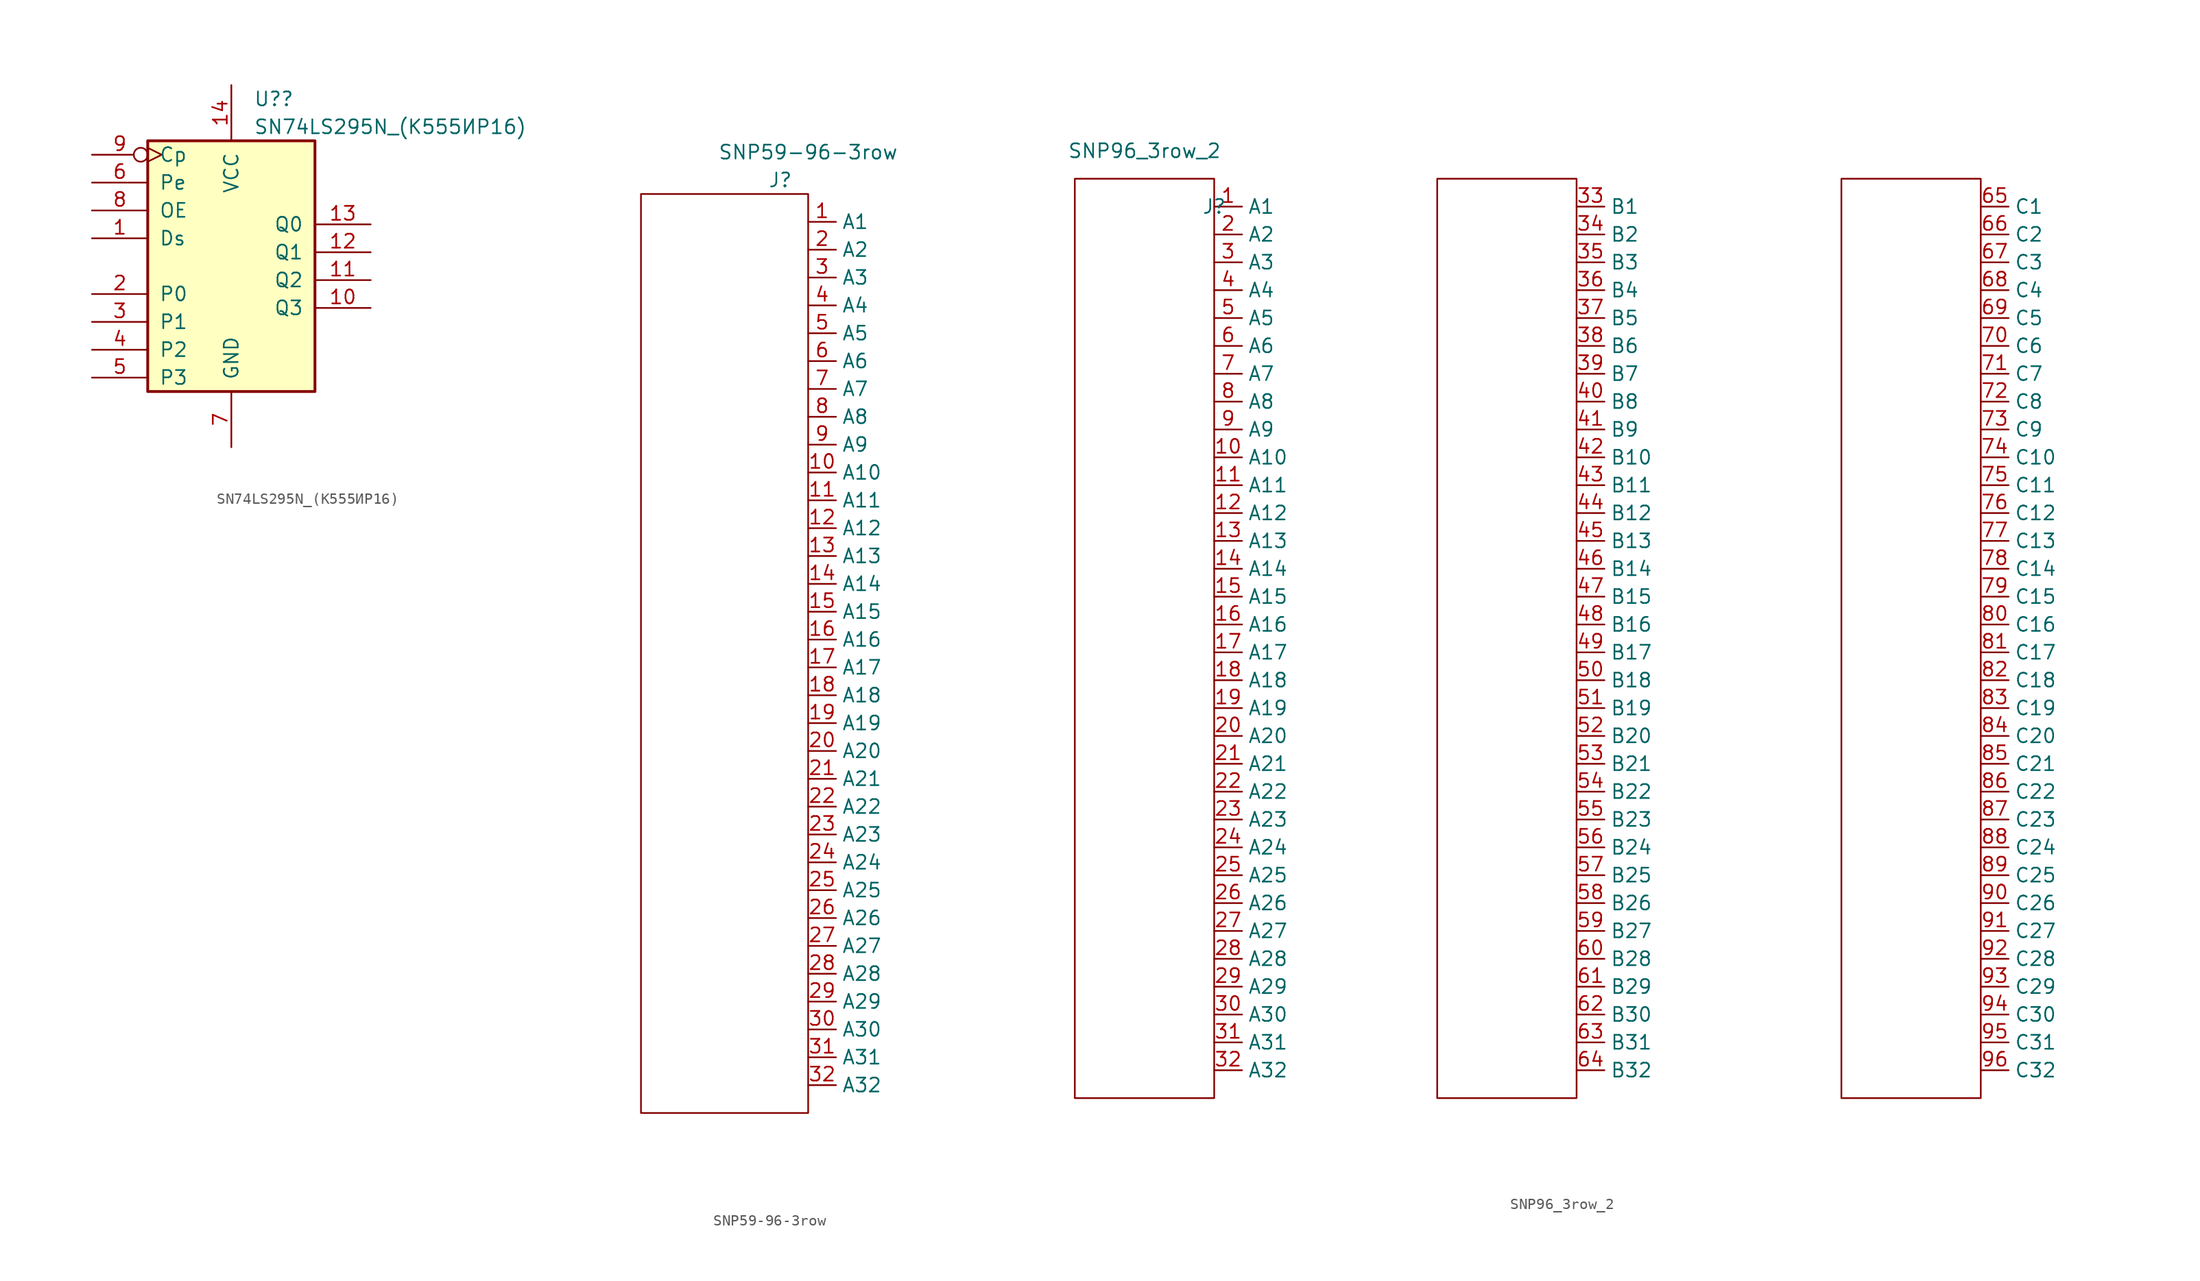
<source format=kicad_sym>
(kicad_symbol_lib
  (version 20211014)
  (generator kicad_symbol_editor)
  (symbol "SN74LS295N_(К555ИР16)"
    (pin_names
      (offset 1.016))
    (property "Reference" "U?"
      (at 2.019 19.05 0)
      (effects (font (size 1.27 1.27)) (justify left)))
    (property "Value" "SN74LS295N_(К555ИР16)"
      (at 2.019 16.51 0)
      (effects (font (size 1.27 1.27)) (justify left)))
    (property "ki_locked" ""
      (at 0 0 0)
      (effects (font (size 1.27 1.27))))
    (symbol "SN74LS295N_(К555ИР16)_1_0"
      (pin input line (at -12.7 6.35 0) (length 5.08) (name "Ds" (effects (font (size 1.27 1.27)))) (number "1" (effects (font (size 1.27 1.27)))))
      (pin output line (at 12.7 0 180) (length 5.08) (name "Q3" (effects (font (size 1.27 1.27)))) (number "10" (effects (font (size 1.27 1.27)))))
      (pin output line (at 12.7 2.54 180) (length 5.08) (name "Q2" (effects (font (size 1.27 1.27)))) (number "11" (effects (font (size 1.27 1.27)))))
      (pin output line (at 12.7 5.08 180) (length 5.08) (name "Q1" (effects (font (size 1.27 1.27)))) (number "12" (effects (font (size 1.27 1.27)))))
      (pin output line (at 12.7 7.62 180) (length 5.08) (name "Q0" (effects (font (size 1.27 1.27)))) (number "13" (effects (font (size 1.27 1.27)))))
      (pin power_in line (at 0 20.32 270) (length 5.08) (name "VCC" (effects (font (size 1.27 1.27)))) (number "14" (effects (font (size 1.27 1.27)))))
      (pin input line (at -12.7 1.27 0) (length 5.08) (name "P0" (effects (font (size 1.27 1.27)))) (number "2" (effects (font (size 1.27 1.27)))))
      (pin input line (at -12.7 -1.27 0) (length 5.08) (name "P1" (effects (font (size 1.27 1.27)))) (number "3" (effects (font (size 1.27 1.27)))))
      (pin input line (at -12.7 -3.81 0) (length 5.08) (name "P2" (effects (font (size 1.27 1.27)))) (number "4" (effects (font (size 1.27 1.27)))))
      (pin input line (at -12.7 -6.35 0) (length 5.08) (name "P3" (effects (font (size 1.27 1.27)))) (number "5" (effects (font (size 1.27 1.27)))))
      (pin input line (at -12.7 11.43 0) (length 5.08) (name "Pe" (effects (font (size 1.27 1.27)))) (number "6" (effects (font (size 1.27 1.27)))))
      (pin power_in line (at 0 -12.7 90) (length 5.08) (name "GND" (effects (font (size 1.27 1.27)))) (number "7" (effects (font (size 1.27 1.27)))))
      (pin input line (at -12.7 8.89 0) (length 5.08) (name "OE" (effects (font (size 1.27 1.27)))) (number "8" (effects (font (size 1.27 1.27)))))
      (pin input inverted_clock (at -12.7 13.97 0) (length 5.08) (name "Cp" (effects (font (size 1.27 1.27)))) (number "9" (effects (font (size 1.27 1.27))))))
    (symbol "SN74LS295N_(К555ИР16)_1_1"
      (rectangle (start -7.62 15.24) (end 7.62 -7.62) (stroke (width 0.254) (type default) (color 0 0 0 0)) (fill (type background)))))
  (symbol "SNP59-96-3row"
    (property "Reference" "J"
      (at -2.54 3.81 0)
      (effects (font (size 1.27 1.27))))
    (property "Value" "SNP59-96-3row"
      (at 0 6.35 0)
      (effects (font (size 1.27 1.27))))
    (symbol "SNP59-96-3row_0_0"
      (pin bidirectional line (at 0 0 0) (length 2.54) (name "A1" (effects (font (size 1.27 1.27)))) (number "1" (effects (font (size 1.27 1.27)))))
      (pin bidirectional line (at 0 -22.86 0) (length 2.54) (name "A10" (effects (font (size 1.27 1.27)))) (number "10" (effects (font (size 1.27 1.27)))))
      (pin bidirectional line (at 0 -25.4 0) (length 2.54) (name "A11" (effects (font (size 1.27 1.27)))) (number "11" (effects (font (size 1.27 1.27)))))
      (pin bidirectional line (at 0 -27.94 0) (length 2.54) (name "A12" (effects (font (size 1.27 1.27)))) (number "12" (effects (font (size 1.27 1.27)))))
      (pin bidirectional line (at 0 -30.48 0) (length 2.54) (name "A13" (effects (font (size 1.27 1.27)))) (number "13" (effects (font (size 1.27 1.27)))))
      (pin bidirectional line (at 0 -33.02 0) (length 2.54) (name "A14" (effects (font (size 1.27 1.27)))) (number "14" (effects (font (size 1.27 1.27)))))
      (pin bidirectional line (at 0 -35.56 0) (length 2.54) (name "A15" (effects (font (size 1.27 1.27)))) (number "15" (effects (font (size 1.27 1.27)))))
      (pin bidirectional line (at 0 -38.1 0) (length 2.54) (name "A16" (effects (font (size 1.27 1.27)))) (number "16" (effects (font (size 1.27 1.27)))))
      (pin bidirectional line (at 0 -40.64 0) (length 2.54) (name "A17" (effects (font (size 1.27 1.27)))) (number "17" (effects (font (size 1.27 1.27)))))
      (pin bidirectional line (at 0 -43.18 0) (length 2.54) (name "A18" (effects (font (size 1.27 1.27)))) (number "18" (effects (font (size 1.27 1.27)))))
      (pin bidirectional line (at 0 -45.72 0) (length 2.54) (name "A19" (effects (font (size 1.27 1.27)))) (number "19" (effects (font (size 1.27 1.27)))))
      (pin bidirectional line (at 0 -2.54 0) (length 2.54) (name "A2" (effects (font (size 1.27 1.27)))) (number "2" (effects (font (size 1.27 1.27)))))
      (pin bidirectional line (at 0 -48.26 0) (length 2.54) (name "A20" (effects (font (size 1.27 1.27)))) (number "20" (effects (font (size 1.27 1.27)))))
      (pin bidirectional line (at 0 -50.8 0) (length 2.54) (name "A21" (effects (font (size 1.27 1.27)))) (number "21" (effects (font (size 1.27 1.27)))))
      (pin bidirectional line (at 0 -53.34 0) (length 2.54) (name "A22" (effects (font (size 1.27 1.27)))) (number "22" (effects (font (size 1.27 1.27)))))
      (pin bidirectional line (at 0 -55.88 0) (length 2.54) (name "A23" (effects (font (size 1.27 1.27)))) (number "23" (effects (font (size 1.27 1.27)))))
      (pin bidirectional line (at 0 -58.42 0) (length 2.54) (name "A24" (effects (font (size 1.27 1.27)))) (number "24" (effects (font (size 1.27 1.27)))))
      (pin bidirectional line (at 0 -60.96 0) (length 2.54) (name "A25" (effects (font (size 1.27 1.27)))) (number "25" (effects (font (size 1.27 1.27)))))
      (pin bidirectional line (at 0 -63.5 0) (length 2.54) (name "A26" (effects (font (size 1.27 1.27)))) (number "26" (effects (font (size 1.27 1.27)))))
      (pin bidirectional line (at 0 -66.04 0) (length 2.54) (name "A27" (effects (font (size 1.27 1.27)))) (number "27" (effects (font (size 1.27 1.27)))))
      (pin bidirectional line (at 0 -68.58 0) (length 2.54) (name "A28" (effects (font (size 1.27 1.27)))) (number "28" (effects (font (size 1.27 1.27)))))
      (pin bidirectional line (at 0 -71.12 0) (length 2.54) (name "A29" (effects (font (size 1.27 1.27)))) (number "29" (effects (font (size 1.27 1.27)))))
      (pin bidirectional line (at 0 -5.08 0) (length 2.54) (name "A3" (effects (font (size 1.27 1.27)))) (number "3" (effects (font (size 1.27 1.27)))))
      (pin bidirectional line (at 0 -73.66 0) (length 2.54) (name "A30" (effects (font (size 1.27 1.27)))) (number "30" (effects (font (size 1.27 1.27)))))
      (pin bidirectional line (at 0 -76.2 0) (length 2.54) (name "A31" (effects (font (size 1.27 1.27)))) (number "31" (effects (font (size 1.27 1.27)))))
      (pin bidirectional line (at 0 -78.74 0) (length 2.54) (name "A32" (effects (font (size 1.27 1.27)))) (number "32" (effects (font (size 1.27 1.27)))))
      (pin bidirectional line (at 0 -7.62 0) (length 2.54) (name "A4" (effects (font (size 1.27 1.27)))) (number "4" (effects (font (size 1.27 1.27)))))
      (pin bidirectional line (at 0 -10.16 0) (length 2.54) (name "A5" (effects (font (size 1.27 1.27)))) (number "5" (effects (font (size 1.27 1.27)))))
      (pin bidirectional line (at 0 -12.7 0) (length 2.54) (name "A6" (effects (font (size 1.27 1.27)))) (number "6" (effects (font (size 1.27 1.27)))))
      (pin bidirectional line (at 0 -15.24 0) (length 2.54) (name "A7" (effects (font (size 1.27 1.27)))) (number "7" (effects (font (size 1.27 1.27)))))
      (pin bidirectional line (at 0 -17.78 0) (length 2.54) (name "A8" (effects (font (size 1.27 1.27)))) (number "8" (effects (font (size 1.27 1.27)))))
      (pin bidirectional line (at 0 -20.32 0) (length 2.54) (name "A9" (effects (font (size 1.27 1.27)))) (number "9" (effects (font (size 1.27 1.27))))))
    (symbol "SNP59-96-3row_0_1"
      (rectangle (start -15.24 2.54) (end 0 -81.28) (stroke (width 0) (type default) (color 0 0 0 0)) (fill (type none)))))
  (symbol "SNP96_3row_2"
    (property "Reference" "J"
      (at 0 0 0)
      (effects (font (size 1.27 1.27))))
    (property "Value" "SNP96_3row_2"
      (at -6.35 5.08 0)
      (effects (font (size 1.27 1.27))))
    (symbol "SNP96_3row_2_0_0"
      (pin output line (at 0 0 0) (length 2.54) (name "A1" (effects (font (size 1.27 1.27)))) (number "1" (effects (font (size 1.27 1.27)))))
      (pin output line (at 0 -22.86 0) (length 2.54) (name "A10" (effects (font (size 1.27 1.27)))) (number "10" (effects (font (size 1.27 1.27)))))
      (pin output line (at 0 -25.4 0) (length 2.54) (name "A11" (effects (font (size 1.27 1.27)))) (number "11" (effects (font (size 1.27 1.27)))))
      (pin output line (at 0 -27.94 0) (length 2.54) (name "A12" (effects (font (size 1.27 1.27)))) (number "12" (effects (font (size 1.27 1.27)))))
      (pin output line (at 0 -30.48 0) (length 2.54) (name "A13" (effects (font (size 1.27 1.27)))) (number "13" (effects (font (size 1.27 1.27)))))
      (pin output line (at 0 -33.02 0) (length 2.54) (name "A14" (effects (font (size 1.27 1.27)))) (number "14" (effects (font (size 1.27 1.27)))))
      (pin output line (at 0 -35.56 0) (length 2.54) (name "A15" (effects (font (size 1.27 1.27)))) (number "15" (effects (font (size 1.27 1.27)))))
      (pin output line (at 0 -38.1 0) (length 2.54) (name "A16" (effects (font (size 1.27 1.27)))) (number "16" (effects (font (size 1.27 1.27)))))
      (pin output line (at 0 -40.64 0) (length 2.54) (name "A17" (effects (font (size 1.27 1.27)))) (number "17" (effects (font (size 1.27 1.27)))))
      (pin output line (at 0 -43.18 0) (length 2.54) (name "A18" (effects (font (size 1.27 1.27)))) (number "18" (effects (font (size 1.27 1.27)))))
      (pin output line (at 0 -45.72 0) (length 2.54) (name "A19" (effects (font (size 1.27 1.27)))) (number "19" (effects (font (size 1.27 1.27)))))
      (pin output line (at 0 -2.54 0) (length 2.54) (name "A2" (effects (font (size 1.27 1.27)))) (number "2" (effects (font (size 1.27 1.27)))))
      (pin output line (at 0 -48.26 0) (length 2.54) (name "A20" (effects (font (size 1.27 1.27)))) (number "20" (effects (font (size 1.27 1.27)))))
      (pin output line (at 0 -50.8 0) (length 2.54) (name "A21" (effects (font (size 1.27 1.27)))) (number "21" (effects (font (size 1.27 1.27)))))
      (pin output line (at 0 -53.34 0) (length 2.54) (name "A22" (effects (font (size 1.27 1.27)))) (number "22" (effects (font (size 1.27 1.27)))))
      (pin output line (at 0 -55.88 0) (length 2.54) (name "A23" (effects (font (size 1.27 1.27)))) (number "23" (effects (font (size 1.27 1.27)))))
      (pin output line (at 0 -58.42 0) (length 2.54) (name "A24" (effects (font (size 1.27 1.27)))) (number "24" (effects (font (size 1.27 1.27)))))
      (pin output line (at 0 -60.96 0) (length 2.54) (name "A25" (effects (font (size 1.27 1.27)))) (number "25" (effects (font (size 1.27 1.27)))))
      (pin output line (at 0 -63.5 0) (length 2.54) (name "A26" (effects (font (size 1.27 1.27)))) (number "26" (effects (font (size 1.27 1.27)))))
      (pin output line (at 0 -66.04 0) (length 2.54) (name "A27" (effects (font (size 1.27 1.27)))) (number "27" (effects (font (size 1.27 1.27)))))
      (pin output line (at 0 -68.58 0) (length 2.54) (name "A28" (effects (font (size 1.27 1.27)))) (number "28" (effects (font (size 1.27 1.27)))))
      (pin output line (at 0 -71.12 0) (length 2.54) (name "A29" (effects (font (size 1.27 1.27)))) (number "29" (effects (font (size 1.27 1.27)))))
      (pin output line (at 0 -5.08 0) (length 2.54) (name "A3" (effects (font (size 1.27 1.27)))) (number "3" (effects (font (size 1.27 1.27)))))
      (pin output line (at 0 -73.66 0) (length 2.54) (name "A30" (effects (font (size 1.27 1.27)))) (number "30" (effects (font (size 1.27 1.27)))))
      (pin output line (at 0 -76.2 0) (length 2.54) (name "A31" (effects (font (size 1.27 1.27)))) (number "31" (effects (font (size 1.27 1.27)))))
      (pin output line (at 0 -78.74 0) (length 2.54) (name "A32" (effects (font (size 1.27 1.27)))) (number "32" (effects (font (size 1.27 1.27)))))
      (pin output line (at 33.02 0 0) (length 2.54) (name "B1" (effects (font (size 1.27 1.27)))) (number "33" (effects (font (size 1.27 1.27)))))
      (pin output line (at 33.02 -2.54 0) (length 2.54) (name "B2" (effects (font (size 1.27 1.27)))) (number "34" (effects (font (size 1.27 1.27)))))
      (pin output line (at 33.02 -5.08 0) (length 2.54) (name "B3" (effects (font (size 1.27 1.27)))) (number "35" (effects (font (size 1.27 1.27)))))
      (pin output line (at 33.02 -7.62 0) (length 2.54) (name "B4" (effects (font (size 1.27 1.27)))) (number "36" (effects (font (size 1.27 1.27)))))
      (pin output line (at 33.02 -10.16 0) (length 2.54) (name "B5" (effects (font (size 1.27 1.27)))) (number "37" (effects (font (size 1.27 1.27)))))
      (pin output line (at 33.02 -12.7 0) (length 2.54) (name "B6" (effects (font (size 1.27 1.27)))) (number "38" (effects (font (size 1.27 1.27)))))
      (pin output line (at 33.02 -15.24 0) (length 2.54) (name "B7" (effects (font (size 1.27 1.27)))) (number "39" (effects (font (size 1.27 1.27)))))
      (pin output line (at 0 -7.62 0) (length 2.54) (name "A4" (effects (font (size 1.27 1.27)))) (number "4" (effects (font (size 1.27 1.27)))))
      (pin output line (at 33.02 -17.78 0) (length 2.54) (name "B8" (effects (font (size 1.27 1.27)))) (number "40" (effects (font (size 1.27 1.27)))))
      (pin output line (at 33.02 -20.32 0) (length 2.54) (name "B9" (effects (font (size 1.27 1.27)))) (number "41" (effects (font (size 1.27 1.27)))))
      (pin output line (at 33.02 -22.86 0) (length 2.54) (name "B10" (effects (font (size 1.27 1.27)))) (number "42" (effects (font (size 1.27 1.27)))))
      (pin output line (at 33.02 -25.4 0) (length 2.54) (name "B11" (effects (font (size 1.27 1.27)))) (number "43" (effects (font (size 1.27 1.27)))))
      (pin output line (at 33.02 -27.94 0) (length 2.54) (name "B12" (effects (font (size 1.27 1.27)))) (number "44" (effects (font (size 1.27 1.27)))))
      (pin output line (at 33.02 -30.48 0) (length 2.54) (name "B13" (effects (font (size 1.27 1.27)))) (number "45" (effects (font (size 1.27 1.27)))))
      (pin output line (at 33.02 -33.02 0) (length 2.54) (name "B14" (effects (font (size 1.27 1.27)))) (number "46" (effects (font (size 1.27 1.27)))))
      (pin output line (at 33.02 -35.56 0) (length 2.54) (name "B15" (effects (font (size 1.27 1.27)))) (number "47" (effects (font (size 1.27 1.27)))))
      (pin output line (at 33.02 -38.1 0) (length 2.54) (name "B16" (effects (font (size 1.27 1.27)))) (number "48" (effects (font (size 1.27 1.27)))))
      (pin output line (at 33.02 -40.64 0) (length 2.54) (name "B17" (effects (font (size 1.27 1.27)))) (number "49" (effects (font (size 1.27 1.27)))))
      (pin output line (at 0 -10.16 0) (length 2.54) (name "A5" (effects (font (size 1.27 1.27)))) (number "5" (effects (font (size 1.27 1.27)))))
      (pin output line (at 33.02 -43.18 0) (length 2.54) (name "B18" (effects (font (size 1.27 1.27)))) (number "50" (effects (font (size 1.27 1.27)))))
      (pin output line (at 33.02 -45.72 0) (length 2.54) (name "B19" (effects (font (size 1.27 1.27)))) (number "51" (effects (font (size 1.27 1.27)))))
      (pin output line (at 33.02 -48.26 0) (length 2.54) (name "B20" (effects (font (size 1.27 1.27)))) (number "52" (effects (font (size 1.27 1.27)))))
      (pin output line (at 33.02 -50.8 0) (length 2.54) (name "B21" (effects (font (size 1.27 1.27)))) (number "53" (effects (font (size 1.27 1.27)))))
      (pin output line (at 33.02 -53.34 0) (length 2.54) (name "B22" (effects (font (size 1.27 1.27)))) (number "54" (effects (font (size 1.27 1.27)))))
      (pin output line (at 33.02 -55.88 0) (length 2.54) (name "B23" (effects (font (size 1.27 1.27)))) (number "55" (effects (font (size 1.27 1.27)))))
      (pin output line (at 33.02 -58.42 0) (length 2.54) (name "B24" (effects (font (size 1.27 1.27)))) (number "56" (effects (font (size 1.27 1.27)))))
      (pin output line (at 33.02 -60.96 0) (length 2.54) (name "B25" (effects (font (size 1.27 1.27)))) (number "57" (effects (font (size 1.27 1.27)))))
      (pin output line (at 33.02 -63.5 0) (length 2.54) (name "B26" (effects (font (size 1.27 1.27)))) (number "58" (effects (font (size 1.27 1.27)))))
      (pin output line (at 33.02 -66.04 0) (length 2.54) (name "B27" (effects (font (size 1.27 1.27)))) (number "59" (effects (font (size 1.27 1.27)))))
      (pin output line (at 0 -12.7 0) (length 2.54) (name "A6" (effects (font (size 1.27 1.27)))) (number "6" (effects (font (size 1.27 1.27)))))
      (pin output line (at 33.02 -68.58 0) (length 2.54) (name "B28" (effects (font (size 1.27 1.27)))) (number "60" (effects (font (size 1.27 1.27)))))
      (pin output line (at 33.02 -71.12 0) (length 2.54) (name "B29" (effects (font (size 1.27 1.27)))) (number "61" (effects (font (size 1.27 1.27)))))
      (pin output line (at 33.02 -73.66 0) (length 2.54) (name "B30" (effects (font (size 1.27 1.27)))) (number "62" (effects (font (size 1.27 1.27)))))
      (pin output line (at 33.02 -76.2 0) (length 2.54) (name "B31" (effects (font (size 1.27 1.27)))) (number "63" (effects (font (size 1.27 1.27)))))
      (pin output line (at 33.02 -78.74 0) (length 2.54) (name "B32" (effects (font (size 1.27 1.27)))) (number "64" (effects (font (size 1.27 1.27)))))
      (pin output line (at 69.85 0 0) (length 2.54) (name "C1" (effects (font (size 1.27 1.27)))) (number "65" (effects (font (size 1.27 1.27)))))
      (pin output line (at 69.85 -2.54 0) (length 2.54) (name "C2" (effects (font (size 1.27 1.27)))) (number "66" (effects (font (size 1.27 1.27)))))
      (pin output line (at 69.85 -5.08 0) (length 2.54) (name "C3" (effects (font (size 1.27 1.27)))) (number "67" (effects (font (size 1.27 1.27)))))
      (pin output line (at 69.85 -7.62 0) (length 2.54) (name "C4" (effects (font (size 1.27 1.27)))) (number "68" (effects (font (size 1.27 1.27)))))
      (pin output line (at 69.85 -10.16 0) (length 2.54) (name "C5" (effects (font (size 1.27 1.27)))) (number "69" (effects (font (size 1.27 1.27)))))
      (pin output line (at 0 -15.24 0) (length 2.54) (name "A7" (effects (font (size 1.27 1.27)))) (number "7" (effects (font (size 1.27 1.27)))))
      (pin output line (at 69.85 -12.7 0) (length 2.54) (name "C6" (effects (font (size 1.27 1.27)))) (number "70" (effects (font (size 1.27 1.27)))))
      (pin output line (at 69.85 -15.24 0) (length 2.54) (name "C7" (effects (font (size 1.27 1.27)))) (number "71" (effects (font (size 1.27 1.27)))))
      (pin output line (at 69.85 -17.78 0) (length 2.54) (name "C8" (effects (font (size 1.27 1.27)))) (number "72" (effects (font (size 1.27 1.27)))))
      (pin output line (at 69.85 -20.32 0) (length 2.54) (name "C9" (effects (font (size 1.27 1.27)))) (number "73" (effects (font (size 1.27 1.27)))))
      (pin output line (at 69.85 -22.86 0) (length 2.54) (name "C10" (effects (font (size 1.27 1.27)))) (number "74" (effects (font (size 1.27 1.27)))))
      (pin output line (at 69.85 -25.4 0) (length 2.54) (name "C11" (effects (font (size 1.27 1.27)))) (number "75" (effects (font (size 1.27 1.27)))))
      (pin output line (at 69.85 -27.94 0) (length 2.54) (name "C12" (effects (font (size 1.27 1.27)))) (number "76" (effects (font (size 1.27 1.27)))))
      (pin output line (at 69.85 -30.48 0) (length 2.54) (name "C13" (effects (font (size 1.27 1.27)))) (number "77" (effects (font (size 1.27 1.27)))))
      (pin output line (at 69.85 -33.02 0) (length 2.54) (name "C14" (effects (font (size 1.27 1.27)))) (number "78" (effects (font (size 1.27 1.27)))))
      (pin output line (at 69.85 -35.56 0) (length 2.54) (name "C15" (effects (font (size 1.27 1.27)))) (number "79" (effects (font (size 1.27 1.27)))))
      (pin output line (at 0 -17.78 0) (length 2.54) (name "A8" (effects (font (size 1.27 1.27)))) (number "8" (effects (font (size 1.27 1.27)))))
      (pin output line (at 69.85 -38.1 0) (length 2.54) (name "C16" (effects (font (size 1.27 1.27)))) (number "80" (effects (font (size 1.27 1.27)))))
      (pin output line (at 69.85 -40.64 0) (length 2.54) (name "C17" (effects (font (size 1.27 1.27)))) (number "81" (effects (font (size 1.27 1.27)))))
      (pin output line (at 69.85 -43.18 0) (length 2.54) (name "C18" (effects (font (size 1.27 1.27)))) (number "82" (effects (font (size 1.27 1.27)))))
      (pin output line (at 69.85 -45.72 0) (length 2.54) (name "C19" (effects (font (size 1.27 1.27)))) (number "83" (effects (font (size 1.27 1.27)))))
      (pin output line (at 69.85 -48.26 0) (length 2.54) (name "C20" (effects (font (size 1.27 1.27)))) (number "84" (effects (font (size 1.27 1.27)))))
      (pin output line (at 69.85 -50.8 0) (length 2.54) (name "C21" (effects (font (size 1.27 1.27)))) (number "85" (effects (font (size 1.27 1.27)))))
      (pin output line (at 69.85 -53.34 0) (length 2.54) (name "C22" (effects (font (size 1.27 1.27)))) (number "86" (effects (font (size 1.27 1.27)))))
      (pin output line (at 69.85 -55.88 0) (length 2.54) (name "C23" (effects (font (size 1.27 1.27)))) (number "87" (effects (font (size 1.27 1.27)))))
      (pin output line (at 69.85 -58.42 0) (length 2.54) (name "C24" (effects (font (size 1.27 1.27)))) (number "88" (effects (font (size 1.27 1.27)))))
      (pin output line (at 69.85 -60.96 0) (length 2.54) (name "C25" (effects (font (size 1.27 1.27)))) (number "89" (effects (font (size 1.27 1.27)))))
      (pin output line (at 0 -20.32 0) (length 2.54) (name "A9" (effects (font (size 1.27 1.27)))) (number "9" (effects (font (size 1.27 1.27)))))
      (pin output line (at 69.85 -63.5 0) (length 2.54) (name "C26" (effects (font (size 1.27 1.27)))) (number "90" (effects (font (size 1.27 1.27)))))
      (pin output line (at 69.85 -66.04 0) (length 2.54) (name "C27" (effects (font (size 1.27 1.27)))) (number "91" (effects (font (size 1.27 1.27)))))
      (pin output line (at 69.85 -68.58 0) (length 2.54) (name "C28" (effects (font (size 1.27 1.27)))) (number "92" (effects (font (size 1.27 1.27)))))
      (pin output line (at 69.85 -71.12 0) (length 2.54) (name "C29" (effects (font (size 1.27 1.27)))) (number "93" (effects (font (size 1.27 1.27)))))
      (pin output line (at 69.85 -73.66 0) (length 2.54) (name "C30" (effects (font (size 1.27 1.27)))) (number "94" (effects (font (size 1.27 1.27)))))
      (pin output line (at 69.85 -76.2 0) (length 2.54) (name "C31" (effects (font (size 1.27 1.27)))) (number "95" (effects (font (size 1.27 1.27)))))
      (pin output line (at 69.85 -78.74 0) (length 2.54) (name "C32" (effects (font (size 1.27 1.27)))) (number "96" (effects (font (size 1.27 1.27))))))
    (symbol "SNP96_3row_2_0_1"
      (rectangle (start -12.7 2.54) (end 0 -81.28) (stroke (width 0) (type default) (color 0 0 0 0)) (fill (type none)))
      (rectangle (start 20.32 2.54) (end 33.02 -81.28) (stroke (width 0) (type default) (color 0 0 0 0)) (fill (type none)))
      (rectangle (start 57.15 2.54) (end 69.85 -81.28) (stroke (width 0) (type default) (color 0 0 0 0)) (fill (type none))))))
</source>
